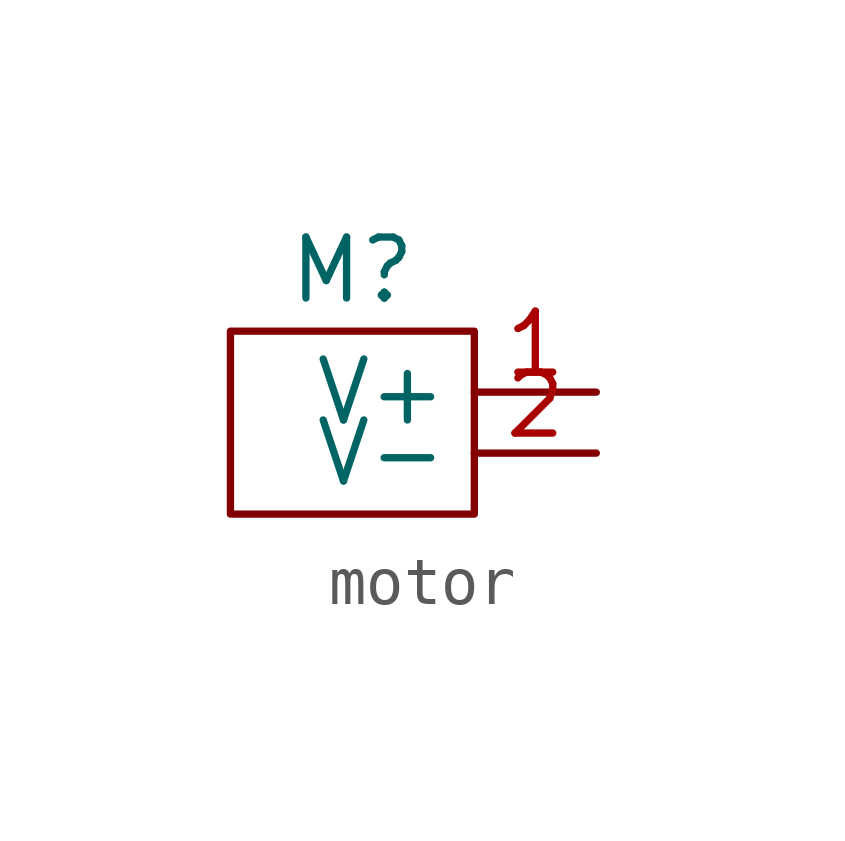
<source format=kicad_sym>
(kicad_symbol_lib
  (version 20220914)
  (generator kicad_symbol_editor)
  (symbol "motor"
    (property "Reference" "M"
      (at 0 0 0)
      (effects (font (size 1.27 1.27))))
    (property "Value" ""
      (at 0 0 0)
      (effects (font (size 1.27 1.27))))
    (symbol "motor_1_1"
      (rectangle (start -2.54 -1.27) (end 2.54 -5.08) (stroke (width 0) (type default)) (fill (type none)))
      (pin input line (at 5.08 -2.54 180) (length 2.54) (name "V+" (effects (font (size 1.27 1.27)))) (number "1" (effects (font (size 1.27 1.27)))))
      (pin input line (at 5.08 -3.81 180) (length 2.54) (name "V-" (effects (font (size 1.27 1.27)))) (number "2" (effects (font (size 1.27 1.27))))))))
</source>
